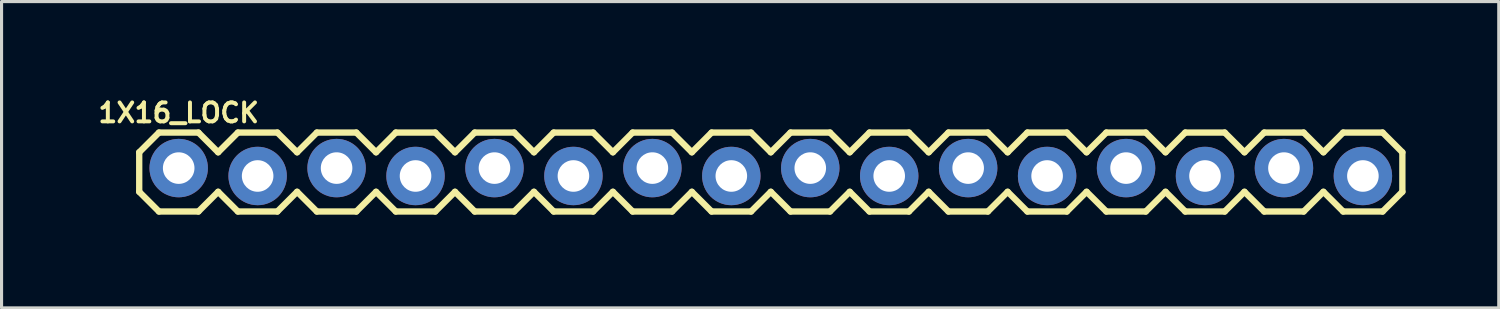
<source format=kicad_pcb>
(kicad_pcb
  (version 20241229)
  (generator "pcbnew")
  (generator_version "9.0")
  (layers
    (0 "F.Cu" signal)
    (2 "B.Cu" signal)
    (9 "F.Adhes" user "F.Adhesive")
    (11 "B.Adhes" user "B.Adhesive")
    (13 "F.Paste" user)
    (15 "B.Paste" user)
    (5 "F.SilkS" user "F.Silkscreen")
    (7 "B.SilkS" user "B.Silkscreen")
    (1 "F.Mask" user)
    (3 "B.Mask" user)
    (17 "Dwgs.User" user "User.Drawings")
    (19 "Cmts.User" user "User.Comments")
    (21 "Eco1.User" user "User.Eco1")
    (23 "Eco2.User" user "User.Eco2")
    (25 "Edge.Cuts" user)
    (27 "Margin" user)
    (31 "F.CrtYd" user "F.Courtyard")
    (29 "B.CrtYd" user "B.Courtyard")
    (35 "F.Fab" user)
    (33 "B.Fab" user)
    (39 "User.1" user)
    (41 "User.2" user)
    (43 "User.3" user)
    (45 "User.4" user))
  (footprint "1X16_LOCK"
    (layer "F.Cu")
    (at 2.699 2.485)
    (property "Reference" "1X16_LOCK" (at 0 -1.905 0) (layer "F.SilkS") (effects (font (size 0.61 0.61) (thickness 0.127))))
    (attr exclude_from_pos_files exclude_from_bom)
    (fp_line (start -1.27 -0.635) (end -1.27 0.635) (stroke (width 0.203) (type solid)) (layer "F.SilkS"))
    (fp_line (start -1.27 0.635) (end -0.635 1.27) (stroke (width 0.203) (type solid)) (layer "F.SilkS"))
    (fp_line (start -0.635 -1.27) (end -1.27 -0.635) (stroke (width 0.203) (type solid)) (layer "F.SilkS"))
    (fp_line (start -0.635 -1.27) (end 0.635 -1.27) (stroke (width 0.203) (type solid)) (layer "F.SilkS"))
    (fp_line (start 0.635 -1.27) (end 1.27 -0.635) (stroke (width 0.203) (type solid)) (layer "F.SilkS"))
    (fp_line (start 0.635 1.27) (end -0.635 1.27) (stroke (width 0.203) (type solid)) (layer "F.SilkS"))
    (fp_line (start 1.27 -0.635) (end 1.905 -1.27) (stroke (width 0.203) (type solid)) (layer "F.SilkS"))
    (fp_line (start 1.27 0.635) (end 0.635 1.27) (stroke (width 0.203) (type solid)) (layer "F.SilkS"))
    (fp_line (start 1.905 -1.27) (end 3.175 -1.27) (stroke (width 0.203) (type solid)) (layer "F.SilkS"))
    (fp_line (start 1.905 1.27) (end 1.27 0.635) (stroke (width 0.203) (type solid)) (layer "F.SilkS"))
    (fp_line (start 3.175 -1.27) (end 3.81 -0.635) (stroke (width 0.203) (type solid)) (layer "F.SilkS"))
    (fp_line (start 3.175 1.27) (end 1.905 1.27) (stroke (width 0.203) (type solid)) (layer "F.SilkS"))
    (fp_line (start 3.81 -0.635) (end 4.445 -1.27) (stroke (width 0.203) (type solid)) (layer "F.SilkS"))
    (fp_line (start 3.81 0.635) (end 3.175 1.27) (stroke (width 0.203) (type solid)) (layer "F.SilkS"))
    (fp_line (start 4.445 -1.27) (end 5.715 -1.27) (stroke (width 0.203) (type solid)) (layer "F.SilkS"))
    (fp_line (start 4.445 1.27) (end 3.81 0.635) (stroke (width 0.203) (type solid)) (layer "F.SilkS"))
    (fp_line (start 5.715 -1.27) (end 6.35 -0.635) (stroke (width 0.203) (type solid)) (layer "F.SilkS"))
    (fp_line (start 5.715 1.27) (end 4.445 1.27) (stroke (width 0.203) (type solid)) (layer "F.SilkS"))
    (fp_line (start 6.35 0.635) (end 5.715 1.27) (stroke (width 0.203) (type solid)) (layer "F.SilkS"))
    (fp_line (start 6.35 0.635) (end 6.985 1.27) (stroke (width 0.203) (type solid)) (layer "F.SilkS"))
    (fp_line (start 6.985 -1.27) (end 6.35 -0.635) (stroke (width 0.203) (type solid)) (layer "F.SilkS"))
    (fp_line (start 6.985 -1.27) (end 8.255 -1.27) (stroke (width 0.203) (type solid)) (layer "F.SilkS"))
    (fp_line (start 8.255 -1.27) (end 8.89 -0.635) (stroke (width 0.203) (type solid)) (layer "F.SilkS"))
    (fp_line (start 8.255 1.27) (end 6.985 1.27) (stroke (width 0.203) (type solid)) (layer "F.SilkS"))
    (fp_line (start 8.89 -0.635) (end 9.525 -1.27) (stroke (width 0.203) (type solid)) (layer "F.SilkS"))
    (fp_line (start 8.89 0.635) (end 8.255 1.27) (stroke (width 0.203) (type solid)) (layer "F.SilkS"))
    (fp_line (start 9.525 -1.27) (end 10.795 -1.27) (stroke (width 0.203) (type solid)) (layer "F.SilkS"))
    (fp_line (start 9.525 1.27) (end 8.89 0.635) (stroke (width 0.203) (type solid)) (layer "F.SilkS"))
    (fp_line (start 10.795 -1.27) (end 11.43 -0.635) (stroke (width 0.203) (type solid)) (layer "F.SilkS"))
    (fp_line (start 10.795 1.27) (end 9.525 1.27) (stroke (width 0.203) (type solid)) (layer "F.SilkS"))
    (fp_line (start 11.43 -0.635) (end 12.065 -1.27) (stroke (width 0.203) (type solid)) (layer "F.SilkS"))
    (fp_line (start 11.43 0.635) (end 10.795 1.27) (stroke (width 0.203) (type solid)) (layer "F.SilkS"))
    (fp_line (start 12.065 -1.27) (end 13.335 -1.27) (stroke (width 0.203) (type solid)) (layer "F.SilkS"))
    (fp_line (start 12.065 1.27) (end 11.43 0.635) (stroke (width 0.203) (type solid)) (layer "F.SilkS"))
    (fp_line (start 13.335 -1.27) (end 13.97 -0.635) (stroke (width 0.203) (type solid)) (layer "F.SilkS"))
    (fp_line (start 13.335 1.27) (end 12.065 1.27) (stroke (width 0.203) (type solid)) (layer "F.SilkS"))
    (fp_line (start 13.97 0.635) (end 13.335 1.27) (stroke (width 0.203) (type solid)) (layer "F.SilkS"))
    (fp_line (start 13.97 0.635) (end 14.605 1.27) (stroke (width 0.203) (type solid)) (layer "F.SilkS"))
    (fp_line (start 14.605 -1.27) (end 13.97 -0.635) (stroke (width 0.203) (type solid)) (layer "F.SilkS"))
    (fp_line (start 14.605 -1.27) (end 15.875 -1.27) (stroke (width 0.203) (type solid)) (layer "F.SilkS"))
    (fp_line (start 15.875 -1.27) (end 16.51 -0.635) (stroke (width 0.203) (type solid)) (layer "F.SilkS"))
    (fp_line (start 15.875 1.27) (end 14.605 1.27) (stroke (width 0.203) (type solid)) (layer "F.SilkS"))
    (fp_line (start 16.51 0.635) (end 15.875 1.27) (stroke (width 0.203) (type solid)) (layer "F.SilkS"))
    (fp_line (start 16.51 0.635) (end 17.145 1.27) (stroke (width 0.203) (type solid)) (layer "F.SilkS"))
    (fp_line (start 17.145 -1.27) (end 16.51 -0.635) (stroke (width 0.203) (type solid)) (layer "F.SilkS"))
    (fp_line (start 17.145 -1.27) (end 18.415 -1.27) (stroke (width 0.203) (type solid)) (layer "F.SilkS"))
    (fp_line (start 18.415 -1.27) (end 19.05 -0.635) (stroke (width 0.203) (type solid)) (layer "F.SilkS"))
    (fp_line (start 18.415 1.27) (end 17.145 1.27) (stroke (width 0.203) (type solid)) (layer "F.SilkS"))
    (fp_line (start 19.05 -0.635) (end 19.685 -1.27) (stroke (width 0.203) (type solid)) (layer "F.SilkS"))
    (fp_line (start 19.05 0.635) (end 18.415 1.27) (stroke (width 0.203) (type solid)) (layer "F.SilkS"))
    (fp_line (start 19.685 -1.27) (end 20.955 -1.27) (stroke (width 0.203) (type solid)) (layer "F.SilkS"))
    (fp_line (start 19.685 1.27) (end 19.05 0.635) (stroke (width 0.203) (type solid)) (layer "F.SilkS"))
    (fp_line (start 20.955 -1.27) (end 21.59 -0.635) (stroke (width 0.203) (type solid)) (layer "F.SilkS"))
    (fp_line (start 20.955 1.27) (end 19.685 1.27) (stroke (width 0.203) (type solid)) (layer "F.SilkS"))
    (fp_line (start 21.59 -0.635) (end 22.225 -1.27) (stroke (width 0.203) (type solid)) (layer "F.SilkS"))
    (fp_line (start 21.59 0.635) (end 20.955 1.27) (stroke (width 0.203) (type solid)) (layer "F.SilkS"))
    (fp_line (start 22.225 -1.27) (end 23.495 -1.27) (stroke (width 0.203) (type solid)) (layer "F.SilkS"))
    (fp_line (start 22.225 1.27) (end 21.59 0.635) (stroke (width 0.203) (type solid)) (layer "F.SilkS"))
    (fp_line (start 23.495 -1.27) (end 24.13 -0.635) (stroke (width 0.203) (type solid)) (layer "F.SilkS"))
    (fp_line (start 23.495 1.27) (end 22.225 1.27) (stroke (width 0.203) (type solid)) (layer "F.SilkS"))
    (fp_line (start 24.13 0.635) (end 23.495 1.27) (stroke (width 0.203) (type solid)) (layer "F.SilkS"))
    (fp_line (start 24.13 0.635) (end 24.765 1.27) (stroke (width 0.203) (type solid)) (layer "F.SilkS"))
    (fp_line (start 24.765 -1.27) (end 24.13 -0.635) (stroke (width 0.203) (type solid)) (layer "F.SilkS"))
    (fp_line (start 24.765 -1.27) (end 26.035 -1.27) (stroke (width 0.203) (type solid)) (layer "F.SilkS"))
    (fp_line (start 26.035 -1.27) (end 26.67 -0.635) (stroke (width 0.203) (type solid)) (layer "F.SilkS"))
    (fp_line (start 26.035 1.27) (end 24.765 1.27) (stroke (width 0.203) (type solid)) (layer "F.SilkS"))
    (fp_line (start 26.67 -0.635) (end 27.305 -1.27) (stroke (width 0.203) (type solid)) (layer "F.SilkS"))
    (fp_line (start 26.67 0.635) (end 26.035 1.27) (stroke (width 0.203) (type solid)) (layer "F.SilkS"))
    (fp_line (start 27.305 -1.27) (end 28.575 -1.27) (stroke (width 0.203) (type solid)) (layer "F.SilkS"))
    (fp_line (start 27.305 1.27) (end 26.67 0.635) (stroke (width 0.203) (type solid)) (layer "F.SilkS"))
    (fp_line (start 28.575 -1.27) (end 29.21 -0.635) (stroke (width 0.203) (type solid)) (layer "F.SilkS"))
    (fp_line (start 28.575 1.27) (end 27.305 1.27) (stroke (width 0.203) (type solid)) (layer "F.SilkS"))
    (fp_line (start 29.21 -0.635) (end 29.845 -1.27) (stroke (width 0.203) (type solid)) (layer "F.SilkS"))
    (fp_line (start 29.21 0.635) (end 28.575 1.27) (stroke (width 0.203) (type solid)) (layer "F.SilkS"))
    (fp_line (start 29.845 -1.27) (end 31.115 -1.27) (stroke (width 0.203) (type solid)) (layer "F.SilkS"))
    (fp_line (start 29.845 1.27) (end 29.21 0.635) (stroke (width 0.203) (type solid)) (layer "F.SilkS"))
    (fp_line (start 31.115 -1.27) (end 31.75 -0.635) (stroke (width 0.203) (type solid)) (layer "F.SilkS"))
    (fp_line (start 31.115 1.27) (end 29.845 1.27) (stroke (width 0.203) (type solid)) (layer "F.SilkS"))
    (fp_line (start 31.75 0.635) (end 31.115 1.27) (stroke (width 0.203) (type solid)) (layer "F.SilkS"))
    (fp_line (start 31.75 0.635) (end 32.385 1.27) (stroke (width 0.203) (type solid)) (layer "F.SilkS"))
    (fp_line (start 32.385 -1.27) (end 31.75 -0.635) (stroke (width 0.203) (type solid)) (layer "F.SilkS"))
    (fp_line (start 32.385 -1.27) (end 33.655 -1.27) (stroke (width 0.203) (type solid)) (layer "F.SilkS"))
    (fp_line (start 33.655 -1.27) (end 34.29 -0.635) (stroke (width 0.203) (type solid)) (layer "F.SilkS"))
    (fp_line (start 33.655 1.27) (end 32.385 1.27) (stroke (width 0.203) (type solid)) (layer "F.SilkS"))
    (fp_line (start 34.29 0.635) (end 33.655 1.27) (stroke (width 0.203) (type solid)) (layer "F.SilkS"))
    (fp_line (start 34.29 0.635) (end 34.925 1.27) (stroke (width 0.203) (type solid)) (layer "F.SilkS"))
    (fp_line (start 34.925 -1.27) (end 34.29 -0.635) (stroke (width 0.203) (type solid)) (layer "F.SilkS"))
    (fp_line (start 34.925 -1.27) (end 36.195 -1.27) (stroke (width 0.203) (type solid)) (layer "F.SilkS"))
    (fp_line (start 36.195 -1.27) (end 36.83 -0.635) (stroke (width 0.203) (type solid)) (layer "F.SilkS"))
    (fp_line (start 36.195 1.27) (end 34.925 1.27) (stroke (width 0.203) (type solid)) (layer "F.SilkS"))
    (fp_line (start 36.83 0.635) (end 36.195 1.27) (stroke (width 0.203) (type solid)) (layer "F.SilkS"))
    (fp_line (start 36.83 0.635) (end 37.465 1.27) (stroke (width 0.203) (type solid)) (layer "F.SilkS"))
    (fp_line (start 37.465 -1.27) (end 36.83 -0.635) (stroke (width 0.203) (type solid)) (layer "F.SilkS"))
    (fp_line (start 37.465 -1.27) (end 38.735 -1.27) (stroke (width 0.203) (type solid)) (layer "F.SilkS"))
    (fp_line (start 38.735 -1.27) (end 39.37 -0.635) (stroke (width 0.203) (type solid)) (layer "F.SilkS"))
    (fp_line (start 38.735 1.27) (end 37.465 1.27) (stroke (width 0.203) (type solid)) (layer "F.SilkS"))
    (fp_line (start 39.37 -0.635) (end 39.37 0.635) (stroke (width 0.203) (type solid)) (layer "F.SilkS"))
    (fp_line (start 39.37 0.635) (end 38.735 1.27) (stroke (width 0.203) (type solid)) (layer "F.SilkS"))
    (pad "1" thru_hole circle (at 0 -0.127) (size 1.88 1.88) (drill 1.016) (layers "*.Cu" "*.Paste" "*.Mask"))
    (pad "2" thru_hole circle (at 2.54 0.127) (size 1.88 1.88) (drill 1.016) (layers "*.Cu" "*.Paste" "*.Mask"))
    (pad "3" thru_hole circle (at 5.08 -0.127) (size 1.88 1.88) (drill 1.016) (layers "*.Cu" "*.Paste" "*.Mask"))
    (pad "4" thru_hole circle (at 7.62 0.127) (size 1.88 1.88) (drill 1.016) (layers "*.Cu" "*.Paste" "*.Mask"))
    (pad "5" thru_hole circle (at 10.16 -0.127) (size 1.88 1.88) (drill 1.016) (layers "*.Cu" "*.Paste" "*.Mask"))
    (pad "6" thru_hole circle (at 12.7 0.127) (size 1.88 1.88) (drill 1.016) (layers "*.Cu" "*.Paste" "*.Mask"))
    (pad "7" thru_hole circle (at 15.24 -0.127) (size 1.88 1.88) (drill 1.016) (layers "*.Cu" "*.Paste" "*.Mask"))
    (pad "8" thru_hole circle (at 17.78 0.127) (size 1.88 1.88) (drill 1.016) (layers "*.Cu" "*.Paste" "*.Mask"))
    (pad "9" thru_hole circle (at 20.32 -0.127) (size 1.88 1.88) (drill 1.016) (layers "*.Cu" "*.Paste" "*.Mask"))
    (pad "10" thru_hole circle (at 22.86 0.127) (size 1.88 1.88) (drill 1.016) (layers "*.Cu" "*.Paste" "*.Mask"))
    (pad "11" thru_hole circle (at 25.4 -0.127) (size 1.88 1.88) (drill 1.016) (layers "*.Cu" "*.Paste" "*.Mask"))
    (pad "12" thru_hole circle (at 27.94 0.127) (size 1.88 1.88) (drill 1.016) (layers "*.Cu" "*.Paste" "*.Mask"))
    (pad "13" thru_hole circle (at 30.48 -0.127) (size 1.88 1.88) (drill 1.016) (layers "*.Cu" "*.Paste" "*.Mask"))
    (pad "14" thru_hole circle (at 33.02 0.127) (size 1.88 1.88) (drill 1.016) (layers "*.Cu" "*.Paste" "*.Mask"))
    (pad "15" thru_hole circle (at 35.56 -0.127) (size 1.88 1.88) (drill 1.016) (layers "*.Cu" "*.Paste" "*.Mask"))
    (pad "16" thru_hole circle (at 38.1 0.127) (size 1.88 1.88) (drill 1.016) (layers "*.Cu" "*.Paste" "*.Mask")))
  (gr_rect
    (start -3 -3)
    (end 45.17 6.856)
    (stroke (width 0.1) (type default))
    (fill no)
    (layer "Edge.Cuts")))
</source>
